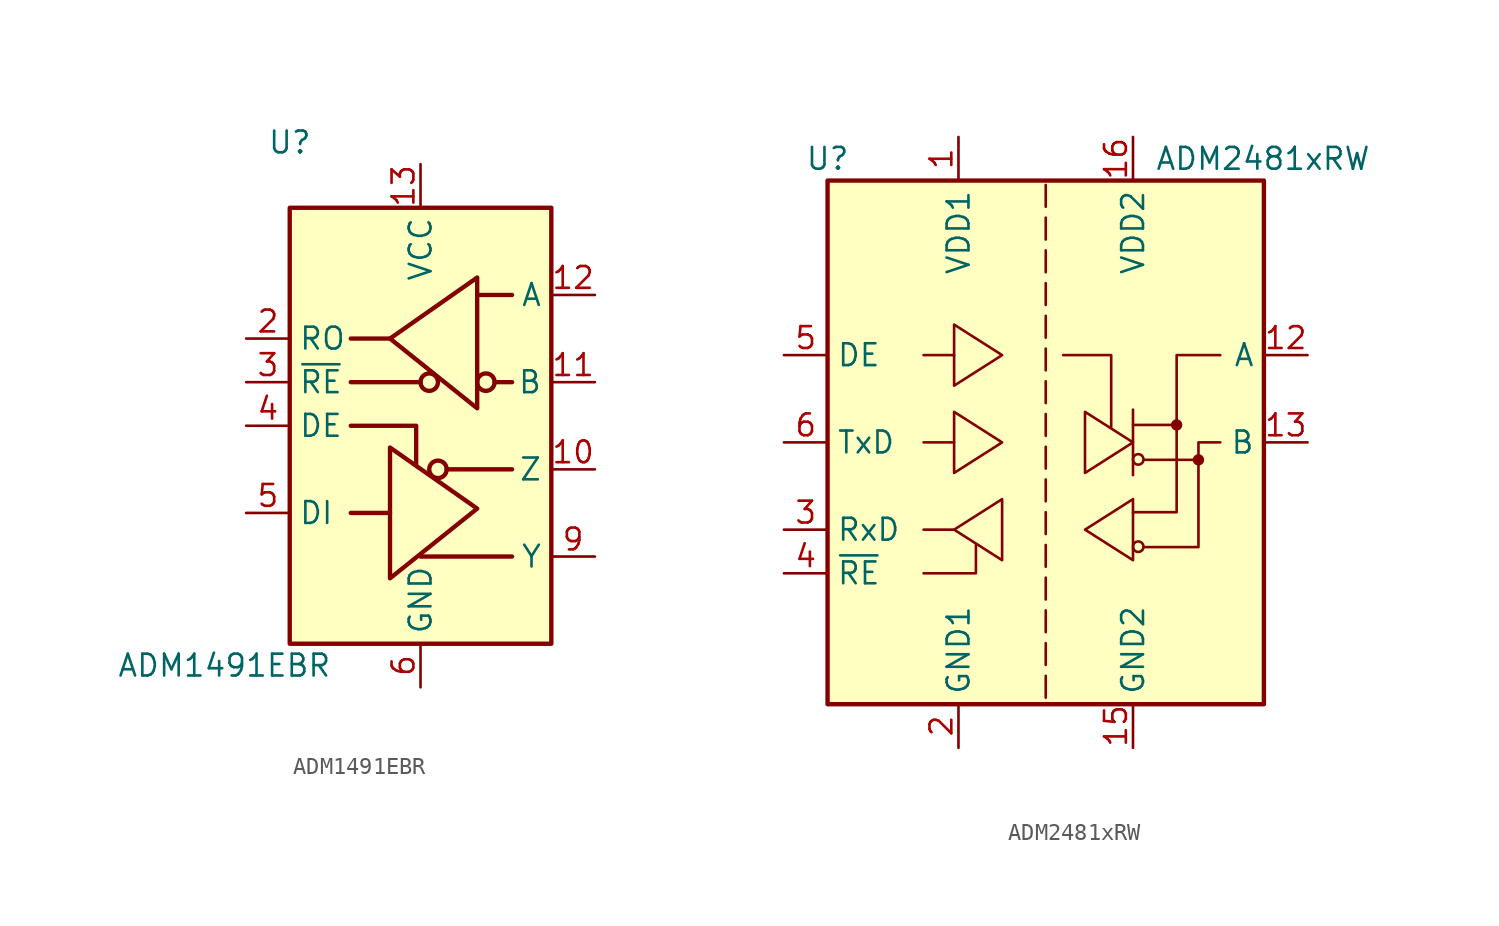
<source format=kicad_sym>
(kicad_symbol_lib
  (version 20201005)
  (generator kicad_symbol_editor)
  (symbol "Interface_UART:ADM1491EBR"
    (property "Reference" "U"
      (at -7.62 16.51 0)
      (effects (font (size 1.27 1.27))))
    (property "Value" "ADM1491EBR"
      (at -11.43 -13.97 0)
      (effects (font (size 1.27 1.27))))
    (symbol "ADM1491EBR_0_1"
      (circle (center 1.016 -2.54) (radius 0.508) (stroke (width 0.254)) (fill (type none)))
      (rectangle (start -7.62 12.7) (end 7.62 -12.7) (stroke (width 0.254)) (fill (type background)))
      (polyline (pts (xy -4.064 2.54) (xy 0 2.54)) (stroke (width 0.254)) (fill (type none)))
      (polyline (pts (xy -1.778 -5.08) (xy -4.064 -5.08)) (stroke (width 0.254)) (fill (type none)))
      (polyline (pts (xy -1.778 5.08) (xy -4.064 5.08)) (stroke (width 0.254)) (fill (type none)))
      (polyline (pts (xy 0 -7.62) (xy 5.334 -7.62)) (stroke (width 0.254)) (fill (type none)))
      (polyline (pts (xy 1.524 -2.54) (xy 5.334 -2.54)) (stroke (width 0.254)) (fill (type none)))
      (polyline (pts (xy 3.302 7.62) (xy 5.334 7.62)) (stroke (width 0.254)) (fill (type none)))
      (polyline (pts (xy 4.318 2.54) (xy 5.334 2.54)) (stroke (width 0.254)) (fill (type none)))
      (polyline (pts (xy -4.064 0) (xy -0.254 0) (xy -0.254 -2.286)) (stroke (width 0.254)) (fill (type none)))
      (polyline (pts (xy -1.778 -5.08) (xy -1.778 -1.27) (xy 3.302 -4.826) (xy -1.778 -8.89) (xy -1.778 -5.08)) (stroke (width 0.254)) (fill (type none))))
    (symbol "ADM1491EBR_1_1"
      (circle (center 0.508 2.54) (radius 0.508) (stroke (width 0.254)) (fill (type none)))
      (circle (center 3.81 2.54) (radius 0.508) (stroke (width 0.254)) (fill (type none)))
      (polyline (pts (xy 3.302 4.826) (xy 3.302 8.636) (xy -1.778 5.08) (xy 3.302 1.016) (xy 3.302 4.826)) (stroke (width 0.254)) (fill (type none)))
      (pin no_connect line (at -7.62 -10.16 0) (length 2.54) hide (name "NC" (effects (font (size 1.27 1.27)))) (number "1" (effects (font (size 1.27 1.27)))))
      (pin output line (at 10.16 -2.54 180) (length 2.54) (name "Z" (effects (font (size 1.27 1.27)))) (number "10" (effects (font (size 1.27 1.27)))))
      (pin input line (at 10.16 2.54 180) (length 2.54) (name "B" (effects (font (size 1.27 1.27)))) (number "11" (effects (font (size 1.27 1.27)))))
      (pin input line (at 10.16 7.62 180) (length 2.54) (name "A" (effects (font (size 1.27 1.27)))) (number "12" (effects (font (size 1.27 1.27)))))
      (pin power_in line (at 0 15.24 270) (length 2.54) (name "VCC" (effects (font (size 1.27 1.27)))) (number "13" (effects (font (size 1.27 1.27)))))
      (pin passive line (at 0 15.24 270) (length 2.54) hide (name "VCC" (effects (font (size 1.27 1.27)))) (number "14" (effects (font (size 1.27 1.27)))))
      (pin output line (at -10.16 5.08 0) (length 2.54) (name "RO" (effects (font (size 1.27 1.27)))) (number "2" (effects (font (size 1.27 1.27)))))
      (pin input line (at -10.16 2.54 0) (length 2.54) (name "~RE" (effects (font (size 1.27 1.27)))) (number "3" (effects (font (size 1.27 1.27)))))
      (pin input line (at -10.16 0 0) (length 2.54) (name "DE" (effects (font (size 1.27 1.27)))) (number "4" (effects (font (size 1.27 1.27)))))
      (pin input line (at -10.16 -5.08 0) (length 2.54) (name "DI" (effects (font (size 1.27 1.27)))) (number "5" (effects (font (size 1.27 1.27)))))
      (pin power_in line (at 0 -15.24 90) (length 2.54) (name "GND" (effects (font (size 1.27 1.27)))) (number "6" (effects (font (size 1.27 1.27)))))
      (pin passive line (at 0 -15.24 90) (length 2.54) hide (name "GND" (effects (font (size 1.27 1.27)))) (number "7" (effects (font (size 1.27 1.27)))))
      (pin no_connect line (at -7.62 -7.62 0) (length 2.54) hide (name "NC" (effects (font (size 1.27 1.27)))) (number "8" (effects (font (size 1.27 1.27)))))
      (pin output line (at 10.16 -7.62 180) (length 2.54) (name "Y" (effects (font (size 1.27 1.27)))) (number "9" (effects (font (size 1.27 1.27)))))))
  (symbol "Interface_UART:ADM2481xRW"
    (property "Reference" "U"
      (at -12.7 16.51 0)
      (effects (font (size 1.27 1.27))))
    (property "Value" "ADM2481xRW"
      (at 6.35 16.51 0)
      (effects (font (size 1.27 1.27)) (justify left)))
    (symbol "ADM2481xRW_0_0"
      (polyline (pts (xy 0 -13.589) (xy 0 -14.859)) (stroke (width 0)) (fill (type none)))
      (polyline (pts (xy 0 -11.684) (xy 0 -12.954)) (stroke (width 0)) (fill (type none)))
      (polyline (pts (xy 0 -9.779) (xy 0 -11.049)) (stroke (width 0)) (fill (type none)))
      (polyline (pts (xy 0 -7.874) (xy 0 -9.144)) (stroke (width 0)) (fill (type none)))
      (polyline (pts (xy 0 -5.969) (xy 0 -7.239)) (stroke (width 0)) (fill (type none)))
      (polyline (pts (xy 0 -4.064) (xy 0 -5.334)) (stroke (width 0)) (fill (type none)))
      (polyline (pts (xy 0 -2.159) (xy 0 -3.429)) (stroke (width 0)) (fill (type none)))
      (polyline (pts (xy 0 -0.254) (xy 0 -1.524)) (stroke (width 0)) (fill (type none)))
      (polyline (pts (xy 0 1.651) (xy 0 0.381)) (stroke (width 0)) (fill (type none)))
      (polyline (pts (xy 0 3.556) (xy 0 2.286)) (stroke (width 0)) (fill (type none)))
      (polyline (pts (xy 0 5.461) (xy 0 4.191)) (stroke (width 0)) (fill (type none)))
      (polyline (pts (xy 0 7.366) (xy 0 6.096)) (stroke (width 0)) (fill (type none)))
      (polyline (pts (xy 0 9.271) (xy 0 8.001)) (stroke (width 0)) (fill (type none)))
      (polyline (pts (xy 0 11.176) (xy 0 9.906)) (stroke (width 0)) (fill (type none)))
      (polyline (pts (xy 0 13.081) (xy 0 11.811)) (stroke (width 0)) (fill (type none)))
      (polyline (pts (xy 0 14.986) (xy 0 13.716)) (stroke (width 0)) (fill (type none))))
    (symbol "ADM2481xRW_0_1"
      (circle (center 5.385 -6.071) (radius 0.305) (stroke (width 0)) (fill (type none)))
      (circle (center 5.385 -0.991) (radius 0.305) (stroke (width 0)) (fill (type none)))
      (circle (center 7.62 1.016) (radius 0.254) (stroke (width 0)) (fill (type outline)))
      (circle (center 8.89 -1.016) (radius 0.254) (stroke (width 0)) (fill (type outline)))
      (rectangle (start -12.7 15.24) (end 12.7 -15.24) (stroke (width 0.254)) (fill (type background)))
      (polyline (pts (xy -5.334 -5.08) (xy -7.112 -5.08)) (stroke (width 0)) (fill (type none)))
      (polyline (pts (xy -5.334 0) (xy -7.112 0)) (stroke (width 0)) (fill (type none)))
      (polyline (pts (xy -5.334 5.08) (xy -7.112 5.08)) (stroke (width 0)) (fill (type none)))
      (polyline (pts (xy 5.08 1.016) (xy 7.62 1.016)) (stroke (width 0)) (fill (type none)))
      (polyline (pts (xy 5.08 1.905) (xy 5.08 -1.905)) (stroke (width 0)) (fill (type none)))
      (polyline (pts (xy 5.715 -1.016) (xy 8.89 -1.016)) (stroke (width 0)) (fill (type none)))
      (polyline (pts (xy -7.112 -7.62) (xy -4.064 -7.62) (xy -4.064 -5.969)) (stroke (width 0)) (fill (type none)))
      (polyline (pts (xy 1.016 5.08) (xy 3.81 5.08) (xy 3.81 0.889)) (stroke (width 0)) (fill (type none)))
      (polyline (pts (xy -5.334 -5.08) (xy -2.54 -3.302) (xy -2.54 -6.858) (xy -5.334 -5.08)) (stroke (width 0)) (fill (type none)))
      (polyline (pts (xy -2.54 0) (xy -5.334 1.778) (xy -5.334 -1.778) (xy -2.54 0)) (stroke (width 0)) (fill (type none)))
      (polyline (pts (xy -2.54 5.08) (xy -5.334 6.858) (xy -5.334 3.302) (xy -2.54 5.08)) (stroke (width 0)) (fill (type none)))
      (polyline (pts (xy 2.286 -5.08) (xy 5.08 -3.302) (xy 5.08 -6.858) (xy 2.286 -5.08)) (stroke (width 0)) (fill (type none)))
      (polyline (pts (xy 5.08 -4.064) (xy 7.62 -4.064) (xy 7.62 5.08) (xy 10.16 5.08)) (stroke (width 0)) (fill (type none)))
      (polyline (pts (xy 5.08 0) (xy 2.286 1.778) (xy 2.286 -1.778) (xy 5.08 0)) (stroke (width 0)) (fill (type none)))
      (polyline (pts (xy 5.715 -6.096) (xy 8.89 -6.096) (xy 8.89 0) (xy 10.16 0)) (stroke (width 0)) (fill (type none))))
    (symbol "ADM2481xRW_1_1"
      (pin power_in line (at -5.08 17.78 270) (length 2.54) (name "VDD1" (effects (font (size 1.27 1.27)))) (number "1" (effects (font (size 1.27 1.27)))))
      (pin passive line (at 5.08 -17.78 90) (length 2.54) hide (name "GND2" (effects (font (size 1.27 1.27)))) (number "10" (effects (font (size 1.27 1.27)))))
      (pin no_connect line (at 12.7 -7.62 180) (length 2.54) hide (name "NC" (effects (font (size 1.27 1.27)))) (number "11" (effects (font (size 1.27 1.27)))))
      (pin bidirectional line (at 15.24 5.08 180) (length 2.54) (name "A" (effects (font (size 1.27 1.27)))) (number "12" (effects (font (size 1.27 1.27)))))
      (pin bidirectional line (at 15.24 0 180) (length 2.54) (name "B" (effects (font (size 1.27 1.27)))) (number "13" (effects (font (size 1.27 1.27)))))
      (pin no_connect line (at 12.7 7.62 180) (length 2.54) hide (name "NC" (effects (font (size 1.27 1.27)))) (number "14" (effects (font (size 1.27 1.27)))))
      (pin power_in line (at 5.08 -17.78 90) (length 2.54) (name "GND2" (effects (font (size 1.27 1.27)))) (number "15" (effects (font (size 1.27 1.27)))))
      (pin power_in line (at 5.08 17.78 270) (length 2.54) (name "VDD2" (effects (font (size 1.27 1.27)))) (number "16" (effects (font (size 1.27 1.27)))))
      (pin power_in line (at -5.08 -17.78 90) (length 2.54) (name "GND1" (effects (font (size 1.27 1.27)))) (number "2" (effects (font (size 1.27 1.27)))))
      (pin output line (at -15.24 -5.08 0) (length 2.54) (name "RxD" (effects (font (size 1.27 1.27)))) (number "3" (effects (font (size 1.27 1.27)))))
      (pin input line (at -15.24 -7.62 0) (length 2.54) (name "~RE" (effects (font (size 1.27 1.27)))) (number "4" (effects (font (size 1.27 1.27)))))
      (pin input line (at -15.24 5.08 0) (length 2.54) (name "DE" (effects (font (size 1.27 1.27)))) (number "5" (effects (font (size 1.27 1.27)))))
      (pin input line (at -15.24 0 0) (length 2.54) (name "TxD" (effects (font (size 1.27 1.27)))) (number "6" (effects (font (size 1.27 1.27)))))
      (pin passive line (at -5.08 -17.78 90) (length 2.54) hide (name "GND1" (effects (font (size 1.27 1.27)))) (number "7" (effects (font (size 1.27 1.27)))))
      (pin passive line (at -5.08 -17.78 90) (length 2.54) hide (name "GND1" (effects (font (size 1.27 1.27)))) (number "8" (effects (font (size 1.27 1.27)))))
      (pin passive line (at 5.08 -17.78 90) (length 2.54) hide (name "GND2" (effects (font (size 1.27 1.27)))) (number "9" (effects (font (size 1.27 1.27))))))))
</source>
